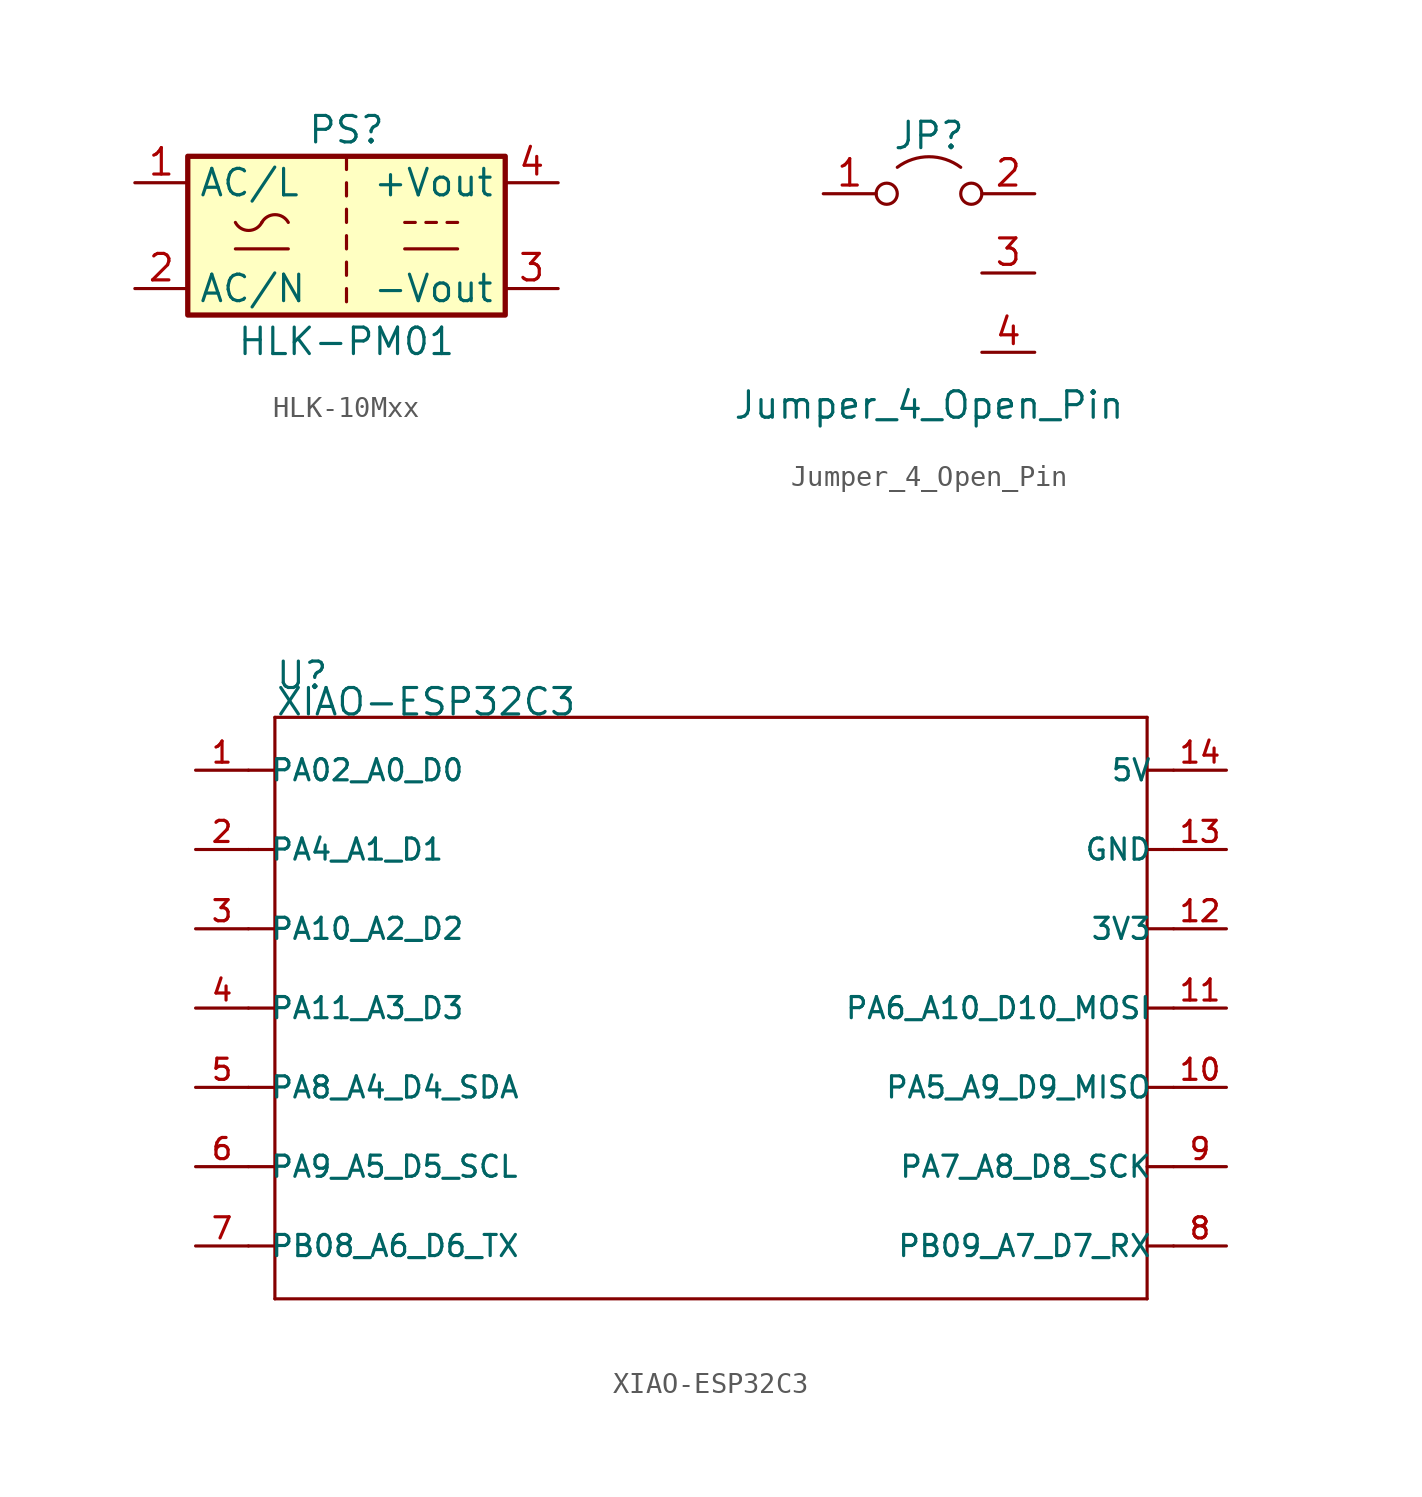
<source format=kicad_sym>
(kicad_symbol_lib
  (version 20220914)
  (generator kicad_symbol_editor)
  (symbol "HLK-10Mxx"
    (property "Reference" "PS"
      (at 0 5.08 0)
      (effects (font (size 1.27 1.27))))
    (property "Value" "HLK-PM01"
      (at 0 -5.08 0)
      (effects (font (size 1.27 1.27))))
    (symbol "HLK-10Mxx_0_1"
      (rectangle (start -7.62 3.81) (end 7.62 -3.81) (stroke (width 0.254) (type default)) (fill (type background)))
      (arc (start -5.334 0.635) (mid -4.699 0.2495) (end -4.064 0.635) (stroke (width 0) (type default)) (fill (type none)))
      (arc (start -2.794 0.635) (mid -3.429 1.0072) (end -4.064 0.635) (stroke (width 0) (type default)) (fill (type none)))
      (polyline (pts (xy -5.334 -0.635) (xy -2.794 -0.635)) (stroke (width 0) (type default)) (fill (type none)))
      (polyline (pts (xy 0 -2.54) (xy 0 -3.175)) (stroke (width 0) (type default)) (fill (type none)))
      (polyline (pts (xy 0 -1.27) (xy 0 -1.905)) (stroke (width 0) (type default)) (fill (type none)))
      (polyline (pts (xy 0 0) (xy 0 -0.635)) (stroke (width 0) (type default)) (fill (type none)))
      (polyline (pts (xy 0 1.27) (xy 0 0.635)) (stroke (width 0) (type default)) (fill (type none)))
      (polyline (pts (xy 0 2.54) (xy 0 1.905)) (stroke (width 0) (type default)) (fill (type none)))
      (polyline (pts (xy 0 3.81) (xy 0 3.175)) (stroke (width 0) (type default)) (fill (type none)))
      (polyline (pts (xy 2.794 -0.635) (xy 5.334 -0.635)) (stroke (width 0) (type default)) (fill (type none)))
      (polyline (pts (xy 2.794 0.635) (xy 3.302 0.635)) (stroke (width 0) (type default)) (fill (type none)))
      (polyline (pts (xy 3.81 0.635) (xy 4.318 0.635)) (stroke (width 0) (type default)) (fill (type none)))
      (polyline (pts (xy 4.826 0.635) (xy 5.334 0.635)) (stroke (width 0) (type default)) (fill (type none))))
    (symbol "HLK-10Mxx_1_1"
      (pin power_in line (at -10.16 2.54 0) (length 2.54) (name "AC/L" (effects (font (size 1.27 1.27)))) (number "1" (effects (font (size 1.27 1.27)))))
      (pin power_in line (at -10.16 -2.54 0) (length 2.54) (name "AC/N" (effects (font (size 1.27 1.27)))) (number "2" (effects (font (size 1.27 1.27)))))
      (pin power_out line (at 10.16 -2.54 180) (length 2.54) (name "-Vout" (effects (font (size 1.27 1.27)))) (number "3" (effects (font (size 1.27 1.27)))))
      (pin power_out line (at 10.16 2.54 180) (length 2.54) (name "+Vout" (effects (font (size 1.27 1.27)))) (number "4" (effects (font (size 1.27 1.27)))))))
  (symbol "Jumper_4_Open_Pin"
    (pin_names
      (offset 0) hide)
    (property "Reference" "JP"
      (at 0 2.794 0)
      (effects (font (size 1.27 1.27))))
    (property "Value" "Jumper_4_Open_Pin"
      (at 0 -10.16 0)
      (effects (font (size 1.27 1.27))))
    (symbol "Jumper_4_Open_Pin_0_0"
      (circle (center -2.032 0) (radius 0.508) (stroke (width 0) (type default)) (fill (type none)))
      (circle (center 2.032 0) (radius 0.508) (stroke (width 0) (type default)) (fill (type none))))
    (symbol "Jumper_4_Open_Pin_0_1"
      (arc (start 1.524 1.27) (mid 0 1.778) (end -1.524 1.27) (stroke (width 0) (type default)) (fill (type none))))
    (symbol "Jumper_4_Open_Pin_1_1"
      (pin passive line (at -5.08 0 0) (length 2.54) (name "A" (effects (font (size 1.27 1.27)))) (number "1" (effects (font (size 1.27 1.27)))))
      (pin passive line (at 5.08 0 180) (length 2.54) (name "B" (effects (font (size 1.27 1.27)))) (number "2" (effects (font (size 1.27 1.27)))))
      (pin passive line (at 5.08 -3.81 180) (length 2.54) (name "C" (effects (font (size 1.27 1.27)))) (number "3" (effects (font (size 1.27 1.27)))))
      (pin passive line (at 5.08 -7.62 180) (length 2.54) (name "D" (effects (font (size 1.27 1.27)))) (number "4" (effects (font (size 1.27 1.27)))))))
  (symbol "XIAO-ESP32C3"
    (pin_names
      (offset 1.016))
    (property "Reference" "U"
      (at -21.59 15.24 0)
      (effects (font (size 1.27 1.27)) (justify left bottom)))
    (property "Value" "XIAO-ESP32C3"
      (at -21.59 13.97 0)
      (effects (font (size 1.27 1.27)) (justify left bottom)))
    (symbol "XIAO-ESP32C3_0_0"
      (polyline (pts (xy -21.59 -13.97) (xy -21.59 0)) (stroke (width 0.152) (type default)) (fill (type none)))
      (polyline (pts (xy -21.59 -11.43) (xy -22.86 -11.43)) (stroke (width 0.152) (type default)) (fill (type none)))
      (polyline (pts (xy -21.59 -7.62) (xy -22.86 -7.62)) (stroke (width 0.152) (type default)) (fill (type none)))
      (polyline (pts (xy -21.59 -3.81) (xy -22.86 -3.81)) (stroke (width 0.152) (type default)) (fill (type none)))
      (polyline (pts (xy -21.59 0) (xy -22.86 0)) (stroke (width 0.152) (type default)) (fill (type none)))
      (polyline (pts (xy -21.59 0) (xy -21.59 3.81)) (stroke (width 0.152) (type default)) (fill (type none)))
      (polyline (pts (xy -21.59 3.81) (xy -22.86 3.81)) (stroke (width 0.152) (type default)) (fill (type none)))
      (polyline (pts (xy -21.59 3.81) (xy -21.59 7.62)) (stroke (width 0.152) (type default)) (fill (type none)))
      (polyline (pts (xy -21.59 7.62) (xy -22.86 7.62)) (stroke (width 0.152) (type default)) (fill (type none)))
      (polyline (pts (xy -21.59 7.62) (xy -21.59 11.43)) (stroke (width 0.152) (type default)) (fill (type none)))
      (polyline (pts (xy -21.59 11.43) (xy -22.86 11.43)) (stroke (width 0.152) (type default)) (fill (type none)))
      (polyline (pts (xy -21.59 11.43) (xy -21.59 13.97)) (stroke (width 0.152) (type default)) (fill (type none)))
      (polyline (pts (xy -21.59 13.97) (xy 20.32 13.97)) (stroke (width 0.152) (type default)) (fill (type none)))
      (polyline (pts (xy 20.32 -13.97) (xy -21.59 -13.97)) (stroke (width 0.152) (type default)) (fill (type none)))
      (polyline (pts (xy 20.32 3.81) (xy 20.32 -13.97)) (stroke (width 0.152) (type default)) (fill (type none)))
      (polyline (pts (xy 20.32 7.62) (xy 20.32 3.81)) (stroke (width 0.152) (type default)) (fill (type none)))
      (polyline (pts (xy 20.32 11.43) (xy 20.32 7.62)) (stroke (width 0.152) (type default)) (fill (type none)))
      (polyline (pts (xy 20.32 13.97) (xy 20.32 11.43)) (stroke (width 0.152) (type default)) (fill (type none)))
      (polyline (pts (xy 21.59 -11.43) (xy 20.32 -11.43)) (stroke (width 0.152) (type default)) (fill (type none)))
      (polyline (pts (xy 21.59 -7.62) (xy 20.32 -7.62)) (stroke (width 0.152) (type default)) (fill (type none)))
      (polyline (pts (xy 21.59 -3.81) (xy 20.32 -3.81)) (stroke (width 0.152) (type default)) (fill (type none)))
      (polyline (pts (xy 21.59 0) (xy 20.32 0)) (stroke (width 0.152) (type default)) (fill (type none)))
      (polyline (pts (xy 21.59 3.81) (xy 20.32 3.81)) (stroke (width 0.152) (type default)) (fill (type none)))
      (polyline (pts (xy 21.59 7.62) (xy 20.32 7.62)) (stroke (width 0.152) (type default)) (fill (type none)))
      (polyline (pts (xy 21.59 11.43) (xy 20.32 11.43)) (stroke (width 0.152) (type default)) (fill (type none)))
      (pin bidirectional line (at -25.4 11.43 0) (length 2.54) (name "PA02_A0_D0" (effects (font (size 1.016 1.016)))) (number "1" (effects (font (size 1.016 1.016)))))
      (pin bidirectional line (at 24.13 -3.81 180) (length 2.54) (name "PA5_A9_D9_MISO" (effects (font (size 1.016 1.016)))) (number "10" (effects (font (size 1.016 1.016)))))
      (pin bidirectional line (at 24.13 0 180) (length 2.54) (name "PA6_A10_D10_MOSI" (effects (font (size 1.016 1.016)))) (number "11" (effects (font (size 1.016 1.016)))))
      (pin bidirectional line (at -25.4 7.62 0) (length 2.54) (name "PA4_A1_D1" (effects (font (size 1.016 1.016)))) (number "2" (effects (font (size 1.016 1.016)))))
      (pin bidirectional line (at -25.4 3.81 0) (length 2.54) (name "PA10_A2_D2" (effects (font (size 1.016 1.016)))) (number "3" (effects (font (size 1.016 1.016)))))
      (pin bidirectional line (at -25.4 0 0) (length 2.54) (name "PA11_A3_D3" (effects (font (size 1.016 1.016)))) (number "4" (effects (font (size 1.016 1.016)))))
      (pin bidirectional line (at -25.4 -3.81 0) (length 2.54) (name "PA8_A4_D4_SDA" (effects (font (size 1.016 1.016)))) (number "5" (effects (font (size 1.016 1.016)))))
      (pin bidirectional line (at -25.4 -7.62 0) (length 2.54) (name "PA9_A5_D5_SCL" (effects (font (size 1.016 1.016)))) (number "6" (effects (font (size 1.016 1.016)))))
      (pin bidirectional line (at -25.4 -11.43 0) (length 2.54) (name "PB08_A6_D6_TX" (effects (font (size 1.016 1.016)))) (number "7" (effects (font (size 1.016 1.016)))))
      (pin bidirectional line (at 24.13 -11.43 180) (length 2.54) (name "PB09_A7_D7_RX" (effects (font (size 1.016 1.016)))) (number "8" (effects (font (size 1.016 1.016)))))
      (pin bidirectional line (at 24.13 -7.62 180) (length 2.54) (name "PA7_A8_D8_SCK" (effects (font (size 1.016 1.016)))) (number "9" (effects (font (size 1.016 1.016))))))
    (symbol "XIAO-ESP32C3_1_0"
      (pin power_out line (at 24.13 3.81 180) (length 2.54) (name "3V3" (effects (font (size 1.016 1.016)))) (number "12" (effects (font (size 1.016 1.016)))))
      (pin power_in line (at 24.13 7.62 180) (length 2.54) (name "GND" (effects (font (size 1.016 1.016)))) (number "13" (effects (font (size 1.016 1.016)))))
      (pin power_in line (at 24.13 11.43 180) (length 2.54) (name "5V" (effects (font (size 1.016 1.016)))) (number "14" (effects (font (size 1.016 1.016))))))))
</source>
